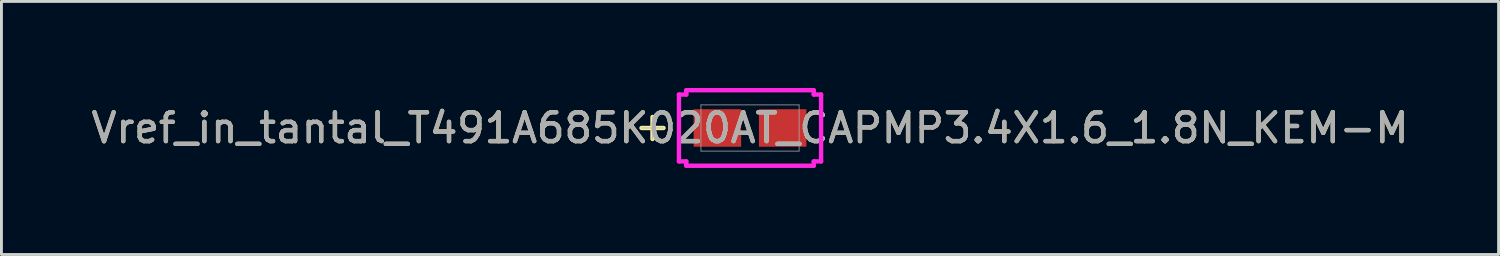
<source format=kicad_pcb>
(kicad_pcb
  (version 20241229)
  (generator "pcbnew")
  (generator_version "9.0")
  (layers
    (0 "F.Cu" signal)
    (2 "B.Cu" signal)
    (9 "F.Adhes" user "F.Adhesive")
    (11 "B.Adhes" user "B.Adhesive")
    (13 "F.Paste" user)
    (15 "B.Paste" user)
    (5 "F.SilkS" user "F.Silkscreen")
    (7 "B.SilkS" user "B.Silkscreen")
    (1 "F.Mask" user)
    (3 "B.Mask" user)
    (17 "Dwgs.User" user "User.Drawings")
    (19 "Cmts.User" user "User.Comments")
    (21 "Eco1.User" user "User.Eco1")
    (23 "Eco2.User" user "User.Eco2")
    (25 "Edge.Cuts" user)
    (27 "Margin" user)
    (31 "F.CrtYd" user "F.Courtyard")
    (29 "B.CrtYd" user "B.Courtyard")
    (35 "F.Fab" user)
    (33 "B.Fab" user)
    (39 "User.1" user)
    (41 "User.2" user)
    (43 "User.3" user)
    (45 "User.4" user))
  (footprint "Vref_in_tantal_T491A685K020AT_CAPMP3.4X1.6_1.8N_KEM-M"
    (layer "F.Cu")
    (at 22.935 1.384)
    (property "Reference" "Vref_in_tantal_T491A685K020AT_CAPMP3.4X1.6_1.8N_KEM-M" (at 0 0 0) (unlocked yes) (layer "F.SilkS") (effects (font (size 1 1) (thickness 0.15))))
    (attr smd)
    (fp_line (start -3.378 -0.381) (end -3.378 0.381) (stroke (width 0.152) (type solid)) (layer "F.SilkS"))
    (fp_line (start -2.997 0) (end -3.759 0) (stroke (width 0.152) (type solid)) (layer "F.SilkS"))
    (fp_line (start -2.462 -1.158) (end -2.208 -1.158) (stroke (width 0.152) (type solid)) (layer "F.CrtYd"))
    (fp_line (start -2.462 1.158) (end -2.462 -1.158) (stroke (width 0.152) (type solid)) (layer "F.CrtYd"))
    (fp_line (start -2.208 -1.308) (end 2.208 -1.308) (stroke (width 0.152) (type solid)) (layer "F.CrtYd"))
    (fp_line (start -2.208 -1.158) (end -2.208 -1.308) (stroke (width 0.152) (type solid)) (layer "F.CrtYd"))
    (fp_line (start -2.208 1.158) (end -2.462 1.158) (stroke (width 0.152) (type solid)) (layer "F.CrtYd"))
    (fp_line (start -2.208 1.308) (end -2.208 1.158) (stroke (width 0.152) (type solid)) (layer "F.CrtYd"))
    (fp_line (start 2.208 -1.308) (end 2.208 -1.158) (stroke (width 0.152) (type solid)) (layer "F.CrtYd"))
    (fp_line (start 2.208 -1.158) (end 2.462 -1.158) (stroke (width 0.152) (type solid)) (layer "F.CrtYd"))
    (fp_line (start 2.208 1.158) (end 2.208 1.308) (stroke (width 0.152) (type solid)) (layer "F.CrtYd"))
    (fp_line (start 2.208 1.308) (end -2.208 1.308) (stroke (width 0.152) (type solid)) (layer "F.CrtYd"))
    (fp_line (start 2.462 -1.158) (end 2.462 1.158) (stroke (width 0.152) (type solid)) (layer "F.CrtYd"))
    (fp_line (start 2.462 1.158) (end 2.208 1.158) (stroke (width 0.152) (type solid)) (layer "F.CrtYd"))
    (fp_line (start -3.378 -0.381) (end -3.378 0.381) (stroke (width 0.025) (type solid)) (layer "F.Fab"))
    (fp_line (start -2.997 0) (end -3.759 0) (stroke (width 0.025) (type solid)) (layer "F.Fab"))
    (fp_line (start -1.7 -0.8) (end -1.7 0.8) (stroke (width 0.025) (type solid)) (layer "F.Fab"))
    (fp_line (start -1.7 0.8) (end 1.7 0.8) (stroke (width 0.025) (type solid)) (layer "F.Fab"))
    (fp_line (start 1.7 -0.8) (end -1.7 -0.8) (stroke (width 0.025) (type solid)) (layer "F.Fab"))
    (fp_line (start 1.7 0.8) (end 1.7 -0.8) (stroke (width 0.025) (type solid)) (layer "F.Fab"))
    (fp_text user "${REFERENCE}" (at 0 0 0) (unlocked yes) (layer "F.Fab") (effects (font (size 1 1) (thickness 0.15))))
    (pad "1" smd rect (at -1.131 0 90) (size 1.3 1.646) (layers "F.Cu" "F.Mask" "F.Paste"))
    (pad "2" smd rect (at 1.131 0 90) (size 1.3 1.646) (layers "F.Cu" "F.Mask" "F.Paste"))
    (zone (net_name "") (layer "F.Cu") (hatch full 0.508) (connect_pads) (min_thickness 0.254) (filled_areas_thickness no) (keepout (tracks not_allowed) (vias not_allowed) (pads allowed) (copperpour not_allowed) (footprints allowed)) (placement (enabled no)) (fill) (polygon (pts (xy 21.285 0.635) (xy 24.584 0.635) (xy 24.584 0.683) (xy 21.285 0.683))))
    (zone (net_name "") (layer "F.Cu") (hatch full 0.508) (connect_pads) (min_thickness 0.254) (filled_areas_thickness no) (keepout (tracks not_allowed) (vias not_allowed) (pads allowed) (copperpour not_allowed) (footprints allowed)) (placement (enabled no)) (fill) (polygon (pts (xy 21.285 2.085) (xy 24.584 2.085) (xy 24.584 2.133) (xy 21.285 2.133))))
    (zone (net_name "") (layer "F.Cu") (hatch full 0.508) (connect_pads) (min_thickness 0.254) (filled_areas_thickness no) (keepout (tracks not_allowed) (vias not_allowed) (pads allowed) (copperpour not_allowed) (footprints allowed)) (placement (enabled no)) (fill) (polygon (pts (xy 22.677 0.683) (xy 23.192 0.683) (xy 23.192 2.085) (xy 22.677 2.085)))))
  (gr_rect
    (start -3 -3)
    (end 48.869 5.768)
    (stroke (width 0.1) (type default))
    (fill no)
    (layer "Edge.Cuts")))
</source>
